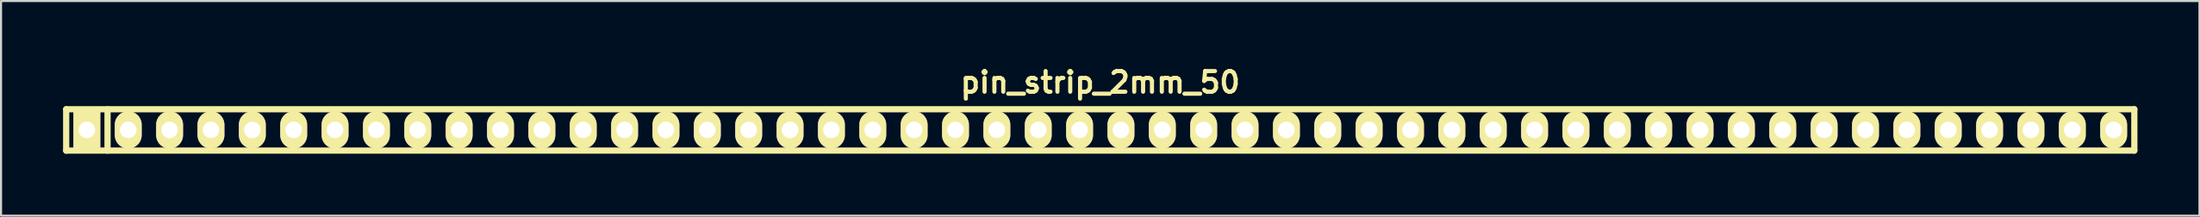
<source format=kicad_pcb>
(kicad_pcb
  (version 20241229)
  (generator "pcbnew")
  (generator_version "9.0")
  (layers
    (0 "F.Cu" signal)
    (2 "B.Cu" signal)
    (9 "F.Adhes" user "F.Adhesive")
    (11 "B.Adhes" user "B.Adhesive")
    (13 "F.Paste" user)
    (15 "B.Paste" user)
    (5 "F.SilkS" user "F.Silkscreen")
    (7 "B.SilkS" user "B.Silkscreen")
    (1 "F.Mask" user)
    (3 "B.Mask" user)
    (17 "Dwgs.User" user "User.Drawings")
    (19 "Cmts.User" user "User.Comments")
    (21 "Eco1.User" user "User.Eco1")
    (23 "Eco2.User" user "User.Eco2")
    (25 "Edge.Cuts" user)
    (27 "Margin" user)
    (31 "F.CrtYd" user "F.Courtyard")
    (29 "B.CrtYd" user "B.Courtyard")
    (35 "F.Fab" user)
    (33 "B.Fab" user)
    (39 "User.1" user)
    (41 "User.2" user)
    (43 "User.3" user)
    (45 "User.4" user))
  (footprint "pin_strip_2mm_50"
    (layer "F.Cu")
    (at 50.15 3.236)
    (property "Reference" "pin_strip_2mm_50" (at 0 -2.3 0) (layer "F.SilkS") (effects (font (size 1 1) (thickness 0.2))))
    (attr through_hole)
    (fp_line (start -50 -1) (end 50 -1) (stroke (width 0.3) (type solid)) (layer "F.SilkS"))
    (fp_line (start -50 1) (end -50 -1) (stroke (width 0.3) (type solid)) (layer "F.SilkS"))
    (fp_line (start -48 -1) (end -48 1) (stroke (width 0.3) (type solid)) (layer "F.SilkS"))
    (fp_line (start 50 -1) (end 50 1) (stroke (width 0.3) (type solid)) (layer "F.SilkS"))
    (fp_line (start 50 1) (end -50 1) (stroke (width 0.3) (type solid)) (layer "F.SilkS"))
    (pad "1" thru_hole rect (at -49 0) (size 1.3 1.8) (drill 0.8) (layers "*.Cu" "*.Mask" "F.SilkS"))
    (pad "2" thru_hole oval (at -47 0) (size 1.3 1.8) (drill 0.8) (layers "*.Cu" "*.Mask" "F.SilkS"))
    (pad "3" thru_hole oval (at -45 0) (size 1.3 1.8) (drill 0.8) (layers "*.Cu" "*.Mask" "F.SilkS"))
    (pad "4" thru_hole oval (at -43 0) (size 1.3 1.8) (drill 0.8) (layers "*.Cu" "*.Mask" "F.SilkS"))
    (pad "5" thru_hole oval (at -41 0) (size 1.3 1.8) (drill 0.8) (layers "*.Cu" "*.Mask" "F.SilkS"))
    (pad "6" thru_hole oval (at -39 0) (size 1.3 1.8) (drill 0.8) (layers "*.Cu" "*.Mask" "F.SilkS"))
    (pad "7" thru_hole oval (at -37 0) (size 1.3 1.8) (drill 0.8) (layers "*.Cu" "*.Mask" "F.SilkS"))
    (pad "8" thru_hole oval (at -35 0) (size 1.3 1.8) (drill 0.8) (layers "*.Cu" "*.Mask" "F.SilkS"))
    (pad "9" thru_hole oval (at -33 0) (size 1.3 1.8) (drill 0.8) (layers "*.Cu" "*.Mask" "F.SilkS"))
    (pad "10" thru_hole oval (at -31 0) (size 1.3 1.8) (drill 0.8) (layers "*.Cu" "*.Mask" "F.SilkS"))
    (pad "11" thru_hole oval (at -29 0) (size 1.3 1.8) (drill 0.8) (layers "*.Cu" "*.Mask" "F.SilkS"))
    (pad "12" thru_hole oval (at -27 0) (size 1.3 1.8) (drill 0.8) (layers "*.Cu" "*.Mask" "F.SilkS"))
    (pad "13" thru_hole oval (at -25 0) (size 1.3 1.8) (drill 0.8) (layers "*.Cu" "*.Mask" "F.SilkS"))
    (pad "14" thru_hole oval (at -23 0) (size 1.3 1.8) (drill 0.8) (layers "*.Cu" "*.Mask" "F.SilkS"))
    (pad "15" thru_hole oval (at -21 0) (size 1.3 1.8) (drill 0.8) (layers "*.Cu" "*.Mask" "F.SilkS"))
    (pad "16" thru_hole oval (at -19 0) (size 1.3 1.8) (drill 0.8) (layers "*.Cu" "*.Mask" "F.SilkS"))
    (pad "17" thru_hole oval (at -17 0) (size 1.3 1.8) (drill 0.8) (layers "*.Cu" "*.Mask" "F.SilkS"))
    (pad "18" thru_hole oval (at -15 0) (size 1.3 1.8) (drill 0.8) (layers "*.Cu" "*.Mask" "F.SilkS"))
    (pad "19" thru_hole oval (at -13 0) (size 1.3 1.8) (drill 0.8) (layers "*.Cu" "*.Mask" "F.SilkS"))
    (pad "20" thru_hole oval (at -11 0) (size 1.3 1.8) (drill 0.8) (layers "*.Cu" "*.Mask" "F.SilkS"))
    (pad "21" thru_hole oval (at -9 0) (size 1.3 1.8) (drill 0.8) (layers "*.Cu" "*.Mask" "F.SilkS"))
    (pad "22" thru_hole oval (at -7 0) (size 1.3 1.8) (drill 0.8) (layers "*.Cu" "*.Mask" "F.SilkS"))
    (pad "23" thru_hole oval (at -5 0) (size 1.3 1.8) (drill 0.8) (layers "*.Cu" "*.Mask" "F.SilkS"))
    (pad "24" thru_hole oval (at -3 0) (size 1.3 1.8) (drill 0.8) (layers "*.Cu" "*.Mask" "F.SilkS"))
    (pad "25" thru_hole oval (at -1 0) (size 1.3 1.8) (drill 0.8) (layers "*.Cu" "*.Mask" "F.SilkS"))
    (pad "26" thru_hole oval (at 1 0) (size 1.3 1.8) (drill 0.8) (layers "*.Cu" "*.Mask" "F.SilkS"))
    (pad "27" thru_hole oval (at 3 0) (size 1.3 1.8) (drill 0.8) (layers "*.Cu" "*.Mask" "F.SilkS"))
    (pad "28" thru_hole oval (at 5 0) (size 1.3 1.8) (drill 0.8) (layers "*.Cu" "*.Mask" "F.SilkS"))
    (pad "29" thru_hole oval (at 7 0) (size 1.3 1.8) (drill 0.8) (layers "*.Cu" "*.Mask" "F.SilkS"))
    (pad "30" thru_hole oval (at 9 0) (size 1.3 1.8) (drill 0.8) (layers "*.Cu" "*.Mask" "F.SilkS"))
    (pad "31" thru_hole oval (at 11 0) (size 1.3 1.8) (drill 0.8) (layers "*.Cu" "*.Mask" "F.SilkS"))
    (pad "32" thru_hole oval (at 13 0) (size 1.3 1.8) (drill 0.8) (layers "*.Cu" "*.Mask" "F.SilkS"))
    (pad "33" thru_hole oval (at 15 0) (size 1.3 1.8) (drill 0.8) (layers "*.Cu" "*.Mask" "F.SilkS"))
    (pad "34" thru_hole oval (at 17 0) (size 1.3 1.8) (drill 0.8) (layers "*.Cu" "*.Mask" "F.SilkS"))
    (pad "35" thru_hole oval (at 19 0) (size 1.3 1.8) (drill 0.8) (layers "*.Cu" "*.Mask" "F.SilkS"))
    (pad "36" thru_hole oval (at 21 0) (size 1.3 1.8) (drill 0.8) (layers "*.Cu" "*.Mask" "F.SilkS"))
    (pad "37" thru_hole oval (at 23 0) (size 1.3 1.8) (drill 0.8) (layers "*.Cu" "*.Mask" "F.SilkS"))
    (pad "38" thru_hole oval (at 25 0) (size 1.3 1.8) (drill 0.8) (layers "*.Cu" "*.Mask" "F.SilkS"))
    (pad "39" thru_hole oval (at 27 0) (size 1.3 1.8) (drill 0.8) (layers "*.Cu" "*.Mask" "F.SilkS"))
    (pad "40" thru_hole oval (at 29 0) (size 1.3 1.8) (drill 0.8) (layers "*.Cu" "*.Mask" "F.SilkS"))
    (pad "41" thru_hole oval (at 31 0) (size 1.3 1.8) (drill 0.8) (layers "*.Cu" "*.Mask" "F.SilkS"))
    (pad "42" thru_hole oval (at 33 0) (size 1.3 1.8) (drill 0.8) (layers "*.Cu" "*.Mask" "F.SilkS"))
    (pad "43" thru_hole oval (at 35 0) (size 1.3 1.8) (drill 0.8) (layers "*.Cu" "*.Mask" "F.SilkS"))
    (pad "44" thru_hole oval (at 37 0) (size 1.3 1.8) (drill 0.8) (layers "*.Cu" "*.Mask" "F.SilkS"))
    (pad "45" thru_hole oval (at 39 0) (size 1.3 1.8) (drill 0.8) (layers "*.Cu" "*.Mask" "F.SilkS"))
    (pad "46" thru_hole oval (at 41 0) (size 1.3 1.8) (drill 0.8) (layers "*.Cu" "*.Mask" "F.SilkS"))
    (pad "47" thru_hole oval (at 43 0) (size 1.3 1.8) (drill 0.8) (layers "*.Cu" "*.Mask" "F.SilkS"))
    (pad "48" thru_hole oval (at 45 0) (size 1.3 1.8) (drill 0.8) (layers "*.Cu" "*.Mask" "F.SilkS"))
    (pad "49" thru_hole oval (at 47 0) (size 1.3 1.8) (drill 0.8) (layers "*.Cu" "*.Mask" "F.SilkS"))
    (pad "50" thru_hole oval (at 49 0) (size 1.3 1.8) (drill 0.8) (layers "*.Cu" "*.Mask" "F.SilkS")))
  (gr_rect
    (start -3 -3)
    (end 103.3 7.386)
    (stroke (width 0.1) (type default))
    (fill no)
    (layer "Edge.Cuts")))
</source>
